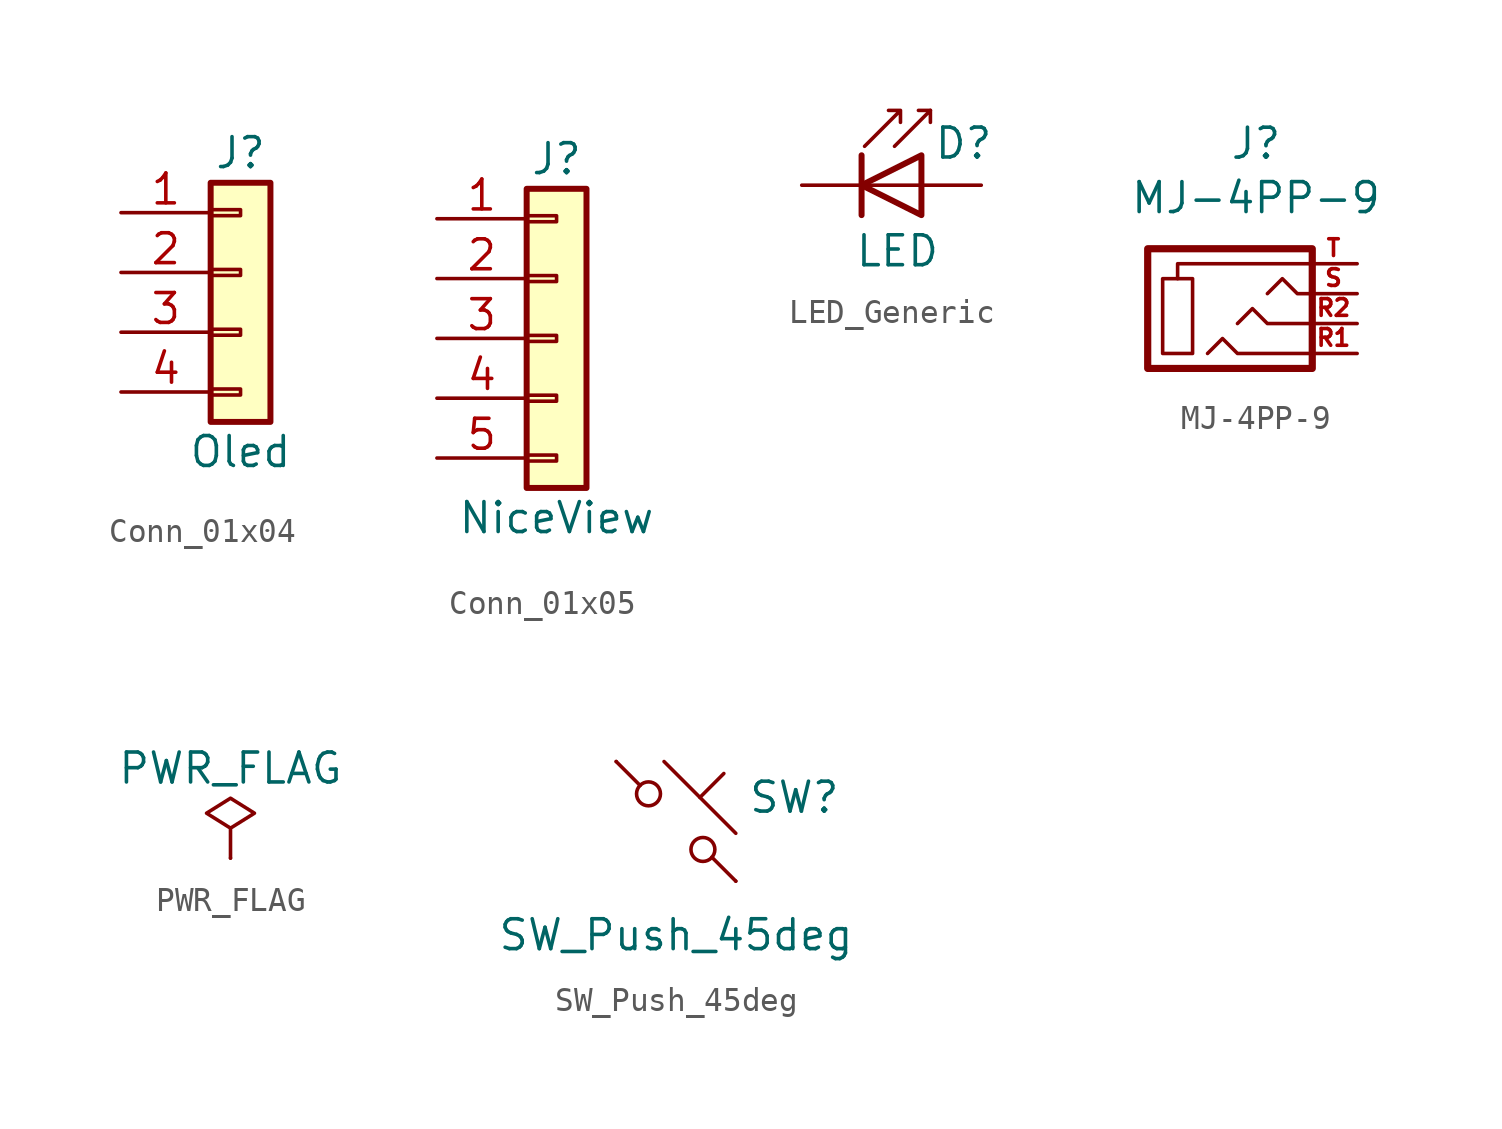
<source format=kicad_sym>
(kicad_symbol_lib
  (version 20241209)
  (generator "kicad_symbol_editor")
  (generator_version "9.0")
  (symbol "Conn_01x04"
    (pin_names
      (offset 1.016)
      (hide yes))
    (property "Reference" "J"
      (at 0 5.08 0)
      (effects (font (size 1.27 1.27))))
    (property "Value" "Oled"
      (at 0 -7.62 0)
      (effects (font (size 1.27 1.27))))
    (symbol "Conn_01x04_1_1"
      (rectangle (start -1.27 3.81) (end 1.27 -6.35) (stroke (width 0.254) (type default)) (fill (type background)))
      (rectangle (start -1.27 2.667) (end 0 2.413) (stroke (width 0.152) (type default)) (fill (type none)))
      (rectangle (start -1.27 0.127) (end 0 -0.127) (stroke (width 0.152) (type default)) (fill (type none)))
      (rectangle (start -1.27 -2.413) (end 0 -2.667) (stroke (width 0.152) (type default)) (fill (type none)))
      (rectangle (start -1.27 -4.953) (end 0 -5.207) (stroke (width 0.152) (type default)) (fill (type none)))
      (pin passive line (at -5.08 2.54 0) (length 3.81) (name "Pin_1" (effects (font (size 1.27 1.27)))) (number "1" (effects (font (size 1.27 1.27)))))
      (pin passive line (at -5.08 0 0) (length 3.81) (name "Pin_2" (effects (font (size 1.27 1.27)))) (number "2" (effects (font (size 1.27 1.27)))))
      (pin passive line (at -5.08 -2.54 0) (length 3.81) (name "Pin_3" (effects (font (size 1.27 1.27)))) (number "3" (effects (font (size 1.27 1.27)))))
      (pin passive line (at -5.08 -5.08 0) (length 3.81) (name "Pin_4" (effects (font (size 1.27 1.27)))) (number "4" (effects (font (size 1.27 1.27)))))))
  (symbol "Conn_01x05"
    (pin_names
      (offset 1.016)
      (hide yes))
    (property "Reference" "J"
      (at 0 7.62 0)
      (effects (font (size 1.27 1.27))))
    (property "Value" "NiceView"
      (at 0 -7.62 0)
      (effects (font (size 1.27 1.27))))
    (symbol "Conn_01x05_1_1"
      (rectangle (start -1.27 6.35) (end 1.27 -6.35) (stroke (width 0.254) (type default)) (fill (type background)))
      (rectangle (start -1.27 5.207) (end 0 4.953) (stroke (width 0.152) (type default)) (fill (type none)))
      (rectangle (start -1.27 2.667) (end 0 2.413) (stroke (width 0.152) (type default)) (fill (type none)))
      (rectangle (start -1.27 0.127) (end 0 -0.127) (stroke (width 0.152) (type default)) (fill (type none)))
      (rectangle (start -1.27 -2.413) (end 0 -2.667) (stroke (width 0.152) (type default)) (fill (type none)))
      (rectangle (start -1.27 -4.953) (end 0 -5.207) (stroke (width 0.152) (type default)) (fill (type none)))
      (pin passive line (at -5.08 5.08 0) (length 3.81) (name "Pin_1" (effects (font (size 1.27 1.27)))) (number "1" (effects (font (size 1.27 1.27)))))
      (pin passive line (at -5.08 2.54 0) (length 3.81) (name "Pin_2" (effects (font (size 1.27 1.27)))) (number "2" (effects (font (size 1.27 1.27)))))
      (pin passive line (at -5.08 0 0) (length 3.81) (name "Pin_3" (effects (font (size 1.27 1.27)))) (number "3" (effects (font (size 1.27 1.27)))))
      (pin passive line (at -5.08 -2.54 0) (length 3.81) (name "Pin_4" (effects (font (size 1.27 1.27)))) (number "4" (effects (font (size 1.27 1.27)))))
      (pin passive line (at -5.08 -5.08 0) (length 3.81) (name "Pin_5" (effects (font (size 1.27 1.27)))) (number "5" (effects (font (size 1.27 1.27)))))))
  (symbol "LED_Generic"
    (pin_numbers
      (hide yes))
    (pin_names
      (offset 1.016)
      (hide yes))
    (property "Reference" "D"
      (at 1.778 1.778 0)
      (effects (font (size 1.27 1.27)) (justify left)))
    (property "Value" "LED"
      (at 0.254 -2.794 0)
      (effects (font (size 1.27 1.27))))
    (symbol "LED_Generic_0_1"
      (polyline (pts (xy -1.27 1.27) (xy -1.27 -1.27)) (stroke (width 0.254) (type default)) (fill (type none)))
      (polyline (pts (xy -1.143 1.651) (xy 0.381 3.175) (xy 0.381 2.667) (xy 0.381 3.175) (xy -0.127 3.175)) (stroke (width 0) (type default)) (fill (type none)))
      (polyline (pts (xy 0.127 1.651) (xy 1.651 3.175) (xy 1.651 2.667)) (stroke (width 0) (type default)) (fill (type none)))
      (polyline (pts (xy 1.27 0) (xy -1.27 0)) (stroke (width 0) (type default)) (fill (type none)))
      (polyline (pts (xy 1.27 -1.27) (xy -1.27 0) (xy 1.27 1.27) (xy 1.27 -1.27)) (stroke (width 0.254) (type default)) (fill (type none)))
      (polyline (pts (xy 1.651 3.175) (xy 1.143 3.175)) (stroke (width 0) (type default)) (fill (type none))))
    (symbol "LED_Generic_1_1"
      (pin passive line (at -3.81 0 0) (length 2.54) (name "K" (effects (font (size 1.27 1.27)))) (number "1" (effects (font (size 1.27 1.27)))))
      (pin passive line (at 3.81 0 180) (length 2.54) (name "A" (effects (font (size 1.27 1.27)))) (number "2" (effects (font (size 1.27 1.27)))))))
  (symbol "MJ-4PP-9"
    (pin_names
      (offset 1.016))
    (property "Reference" "J"
      (at 0.787 7.01 0)
      (effects (font (size 1.27 1.27))))
    (property "Value" "MJ-4PP-9"
      (at 0.787 4.699 0)
      (effects (font (size 1.27 1.27))))
    (symbol "MJ-4PP-9_0_1"
      (polyline (pts (xy -2.54 1.27) (xy -2.54 1.905) (xy 3.175 1.905)) (stroke (width 0) (type default)) (fill (type none)))
      (rectangle (start -1.905 -1.905) (end -3.175 1.27) (stroke (width 0) (type default)) (fill (type none)))
      (polyline (pts (xy -1.27 -1.905) (xy -0.635 -1.27) (xy 0 -1.905) (xy 3.175 -1.905)) (stroke (width 0) (type default)) (fill (type none)))
      (polyline (pts (xy 0 -0.635) (xy 0.635 0) (xy 1.27 -0.635) (xy 3.175 -0.635)) (stroke (width 0) (type default)) (fill (type none)))
      (polyline (pts (xy 1.27 0.635) (xy 1.905 1.27) (xy 2.54 0.635) (xy 3.175 0.635)) (stroke (width 0) (type default)) (fill (type none)))
      (rectangle (start 3.175 2.54) (end -3.81 -2.54) (stroke (width 0.305) (type default)) (fill (type none))))
    (symbol "MJ-4PP-9_1_1"
      (pin input line (at 5.08 1.905 180) (length 2.007) (name "~" (effects (font (size 0.508 0.508)))) (number "T" (effects (font (size 0.711 0.711)))))
      (pin input line (at 5.08 0.635 180) (length 2.007) (name "~" (effects (font (size 0.508 0.508)))) (number "S" (effects (font (size 0.711 0.711)))))
      (pin input line (at 5.08 -0.635 180) (length 2.007) (name "~" (effects (font (size 0.508 0.508)))) (number "R2" (effects (font (size 0.711 0.711)))))
      (pin input line (at 5.08 -1.905 180) (length 2.007) (name "~" (effects (font (size 0.508 0.508)))) (number "R1" (effects (font (size 0.711 0.711)))))))
  (symbol "PWR_FLAG"
    (power)
    (pin_numbers
      (hide yes))
    (pin_names
      (offset 0)
      (hide yes))
    (property "Reference" "#FLG"
      (at -0.508 -12.446 0)
      (effects (font (size 1.27 1.27)) (hide yes)))
    (property "Value" "PWR_FLAG"
      (at 0 3.81 0)
      (effects (font (size 1.27 1.27))))
    (symbol "PWR_FLAG_0_0"
      (pin power_out line (at 0 0 90) (length 0) (name "~" (effects (font (size 1.27 1.27)))) (number "1" (effects (font (size 1.27 1.27))))))
    (symbol "PWR_FLAG_0_1"
      (polyline (pts (xy 0 0) (xy 0 1.27) (xy -1.016 1.905) (xy 0 2.54) (xy 1.016 1.905) (xy 0 1.27)) (stroke (width 0) (type default)) (fill (type none)))))
  (symbol "SW_Push_45deg"
    (pin_numbers
      (hide yes))
    (pin_names
      (offset 1.016)
      (hide yes))
    (property "Reference" "SW"
      (at 3.048 1.016 0)
      (effects (font (size 1.27 1.27)) (justify left)))
    (property "Value" "SW_Push_45deg"
      (at 0 -4.826 0)
      (effects (font (size 1.27 1.27))))
    (symbol "SW_Push_45deg_0_1"
      (polyline (pts (xy -2.54 2.54) (xy -1.524 1.524) (xy -1.524 1.524)) (stroke (width 0) (type default)) (fill (type none)))
      (circle (center -1.168 1.168) (radius 0.508) (stroke (width 0) (type default)) (fill (type none)))
      (polyline (pts (xy -0.508 2.54) (xy 2.54 -0.508)) (stroke (width 0) (type default)) (fill (type none)))
      (polyline (pts (xy 1.016 1.016) (xy 2.032 2.032)) (stroke (width 0) (type default)) (fill (type none)))
      (circle (center 1.143 -1.194) (radius 0.508) (stroke (width 0) (type default)) (fill (type none)))
      (polyline (pts (xy 1.524 -1.524) (xy 2.54 -2.54) (xy 2.54 -2.54) (xy 2.54 -2.54)) (stroke (width 0) (type default)) (fill (type none)))
      (pin passive line (at -2.54 2.54 0) (length 0) (name "1" (effects (font (size 1.27 1.27)))) (number "1" (effects (font (size 1.27 1.27)))))
      (pin passive line (at 2.54 -2.54 180) (length 0) (name "2" (effects (font (size 1.27 1.27)))) (number "2" (effects (font (size 1.27 1.27))))))))
</source>
